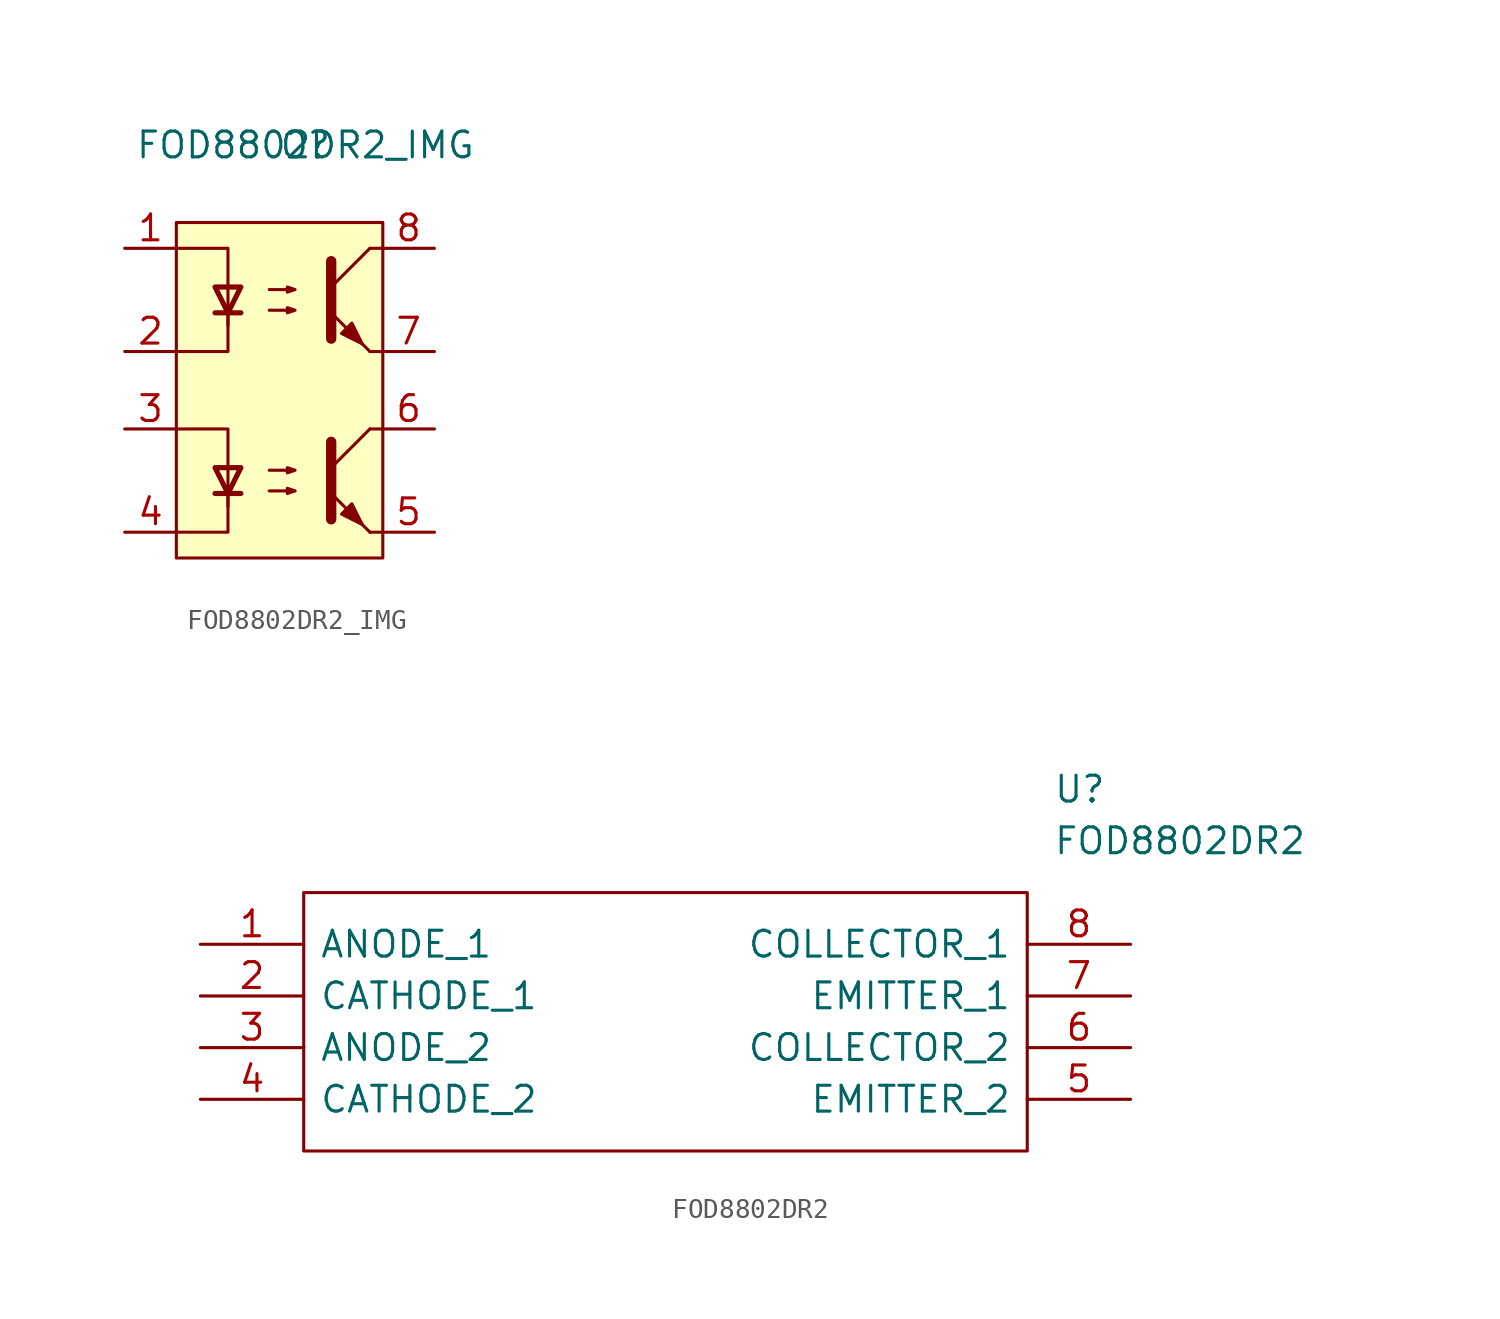
<source format=kicad_sym>
(kicad_symbol_lib
  (version 20211014)
  (generator kicad_symbol_editor)
  (symbol "FOD8802DR2_IMG"
    (property "Reference" "O"
      (at 0 0 0)
      (effects (font (size 1.27 1.27))))
    (property "Value" "FOD8802DR2_IMG"
      (at 0 0 0)
      (effects (font (size 1.27 1.27))))
    (symbol "FOD8802DR2_IMG_0_1"
      (rectangle (start -6.35 -3.81) (end 3.81 -20.32) (stroke (width 0) (type default) (color 0 0 0 0)) (fill (type background)))
      (polyline (pts (xy -4.445 -17.145) (xy -3.175 -17.145)) (stroke (width 0.254) (type default) (color 0 0 0 0)) (fill (type none)))
      (polyline (pts (xy -4.445 -8.255) (xy -3.175 -8.255)) (stroke (width 0.254) (type default) (color 0 0 0 0)) (fill (type none)))
      (polyline (pts (xy 1.27 -15.875) (xy 3.175 -13.97)) (stroke (width 0) (type default) (color 0 0 0 0)) (fill (type none)))
      (polyline (pts (xy 1.27 -6.985) (xy 3.175 -5.08)) (stroke (width 0) (type default) (color 0 0 0 0)) (fill (type none)))
      (polyline (pts (xy 3.175 -19.05) (xy 1.27 -17.145)) (stroke (width 0) (type default) (color 0 0 0 0)) (fill (type outline)))
      (polyline (pts (xy 3.175 -19.05) (xy 3.81 -19.05)) (stroke (width 0) (type default) (color 0 0 0 0)) (fill (type none)))
      (polyline (pts (xy 3.175 -13.97) (xy 3.81 -13.97)) (stroke (width 0) (type default) (color 0 0 0 0)) (fill (type none)))
      (polyline (pts (xy 3.175 -10.16) (xy 1.27 -8.255)) (stroke (width 0) (type default) (color 0 0 0 0)) (fill (type outline)))
      (polyline (pts (xy 3.175 -10.16) (xy 3.81 -10.16)) (stroke (width 0) (type default) (color 0 0 0 0)) (fill (type none)))
      (polyline (pts (xy 3.175 -5.08) (xy 3.81 -5.08)) (stroke (width 0) (type default) (color 0 0 0 0)) (fill (type none)))
      (polyline (pts (xy -3.81 -17.145) (xy -3.81 -19.05) (xy -6.35 -19.05)) (stroke (width 0) (type default) (color 0 0 0 0)) (fill (type none)))
      (polyline (pts (xy -3.81 -8.255) (xy -3.81 -10.16) (xy -6.35 -10.16)) (stroke (width 0) (type default) (color 0 0 0 0)) (fill (type none)))
      (polyline (pts (xy 1.27 -14.605) (xy 1.27 -18.415) (xy 1.27 -18.415)) (stroke (width 0.508) (type default) (color 0 0 0 0)) (fill (type none)))
      (polyline (pts (xy 1.27 -5.715) (xy 1.27 -9.525) (xy 1.27 -9.525)) (stroke (width 0.508) (type default) (color 0 0 0 0)) (fill (type none)))
      (polyline (pts (xy -6.35 -13.97) (xy -3.81 -13.97) (xy -3.81 -17.78) (xy -3.81 -15.875)) (stroke (width 0) (type default) (color 0 0 0 0)) (fill (type none)))
      (polyline (pts (xy -6.35 -5.08) (xy -3.81 -5.08) (xy -3.81 -8.89) (xy -3.81 -6.985)) (stroke (width 0) (type default) (color 0 0 0 0)) (fill (type none)))
      (polyline (pts (xy -3.81 -17.145) (xy -4.445 -15.875) (xy -3.175 -15.875) (xy -3.81 -17.145)) (stroke (width 0.254) (type default) (color 0 0 0 0)) (fill (type none)))
      (polyline (pts (xy -3.81 -8.255) (xy -4.445 -6.985) (xy -3.175 -6.985) (xy -3.81 -8.255)) (stroke (width 0.254) (type default) (color 0 0 0 0)) (fill (type none)))
      (polyline (pts (xy -1.778 -17.018) (xy -0.508 -17.018) (xy -0.889 -17.145) (xy -0.889 -16.891) (xy -0.508 -17.018)) (stroke (width 0) (type default) (color 0 0 0 0)) (fill (type none)))
      (polyline (pts (xy -1.778 -16.002) (xy -0.508 -16.002) (xy -0.889 -16.129) (xy -0.889 -15.875) (xy -0.508 -16.002)) (stroke (width 0) (type default) (color 0 0 0 0)) (fill (type none)))
      (polyline (pts (xy -1.778 -8.128) (xy -0.508 -8.128) (xy -0.889 -8.255) (xy -0.889 -8.001) (xy -0.508 -8.128)) (stroke (width 0) (type default) (color 0 0 0 0)) (fill (type none)))
      (polyline (pts (xy -1.778 -7.112) (xy -0.508 -7.112) (xy -0.889 -7.239) (xy -0.889 -6.985) (xy -0.508 -7.112)) (stroke (width 0) (type default) (color 0 0 0 0)) (fill (type none)))
      (polyline (pts (xy 1.778 -18.161) (xy 2.286 -17.653) (xy 2.794 -18.669) (xy 1.778 -18.161) (xy 1.778 -18.161)) (stroke (width 0) (type default) (color 0 0 0 0)) (fill (type outline)))
      (polyline (pts (xy 1.778 -9.271) (xy 2.286 -8.763) (xy 2.794 -9.779) (xy 1.778 -9.271) (xy 1.778 -9.271)) (stroke (width 0) (type default) (color 0 0 0 0)) (fill (type outline))))
    (symbol "FOD8802DR2_IMG_1_1"
      (pin passive line (at -8.89 -5.08 0) (length 2.54) (name "~" (effects (font (size 1.27 1.27)))) (number "1" (effects (font (size 1.27 1.27)))))
      (pin passive line (at -8.89 -10.16 0) (length 2.54) (name "~" (effects (font (size 1.27 1.27)))) (number "2" (effects (font (size 1.27 1.27)))))
      (pin passive line (at -8.89 -13.97 0) (length 2.54) (name "~" (effects (font (size 1.27 1.27)))) (number "3" (effects (font (size 1.27 1.27)))))
      (pin passive line (at -8.89 -19.05 0) (length 2.54) (name "~" (effects (font (size 1.27 1.27)))) (number "4" (effects (font (size 1.27 1.27)))))
      (pin passive line (at 6.35 -19.05 180) (length 2.54) (name "~" (effects (font (size 1.27 1.27)))) (number "5" (effects (font (size 1.27 1.27)))))
      (pin passive line (at 6.35 -13.97 180) (length 2.54) (name "~" (effects (font (size 1.27 1.27)))) (number "6" (effects (font (size 1.27 1.27)))))
      (pin passive line (at 6.35 -10.16 180) (length 2.54) (name "~" (effects (font (size 1.27 1.27)))) (number "7" (effects (font (size 1.27 1.27)))))
      (pin passive line (at 6.35 -5.08 180) (length 2.54) (name "~" (effects (font (size 1.27 1.27)))) (number "8" (effects (font (size 1.27 1.27)))))))
  (symbol "FOD8802DR2"
    (pin_names
      (offset 0.762))
    (property "Reference" "U"
      (at 41.91 7.62 0)
      (effects (font (size 1.27 1.27)) (justify left)))
    (property "Value" "FOD8802DR2"
      (at 41.91 5.08 0)
      (effects (font (size 1.27 1.27)) (justify left)))
    (symbol "FOD8802DR2_0_0"
      (pin power_in line (at 0 0 0) (length 5.08) (name "ANODE_1" (effects (font (size 1.27 1.27)))) (number "1" (effects (font (size 1.27 1.27)))))
      (pin power_out line (at 0 -2.54 0) (length 5.08) (name "CATHODE_1" (effects (font (size 1.27 1.27)))) (number "2" (effects (font (size 1.27 1.27)))))
      (pin power_in line (at 0 -5.08 0) (length 5.08) (name "ANODE_2" (effects (font (size 1.27 1.27)))) (number "3" (effects (font (size 1.27 1.27)))))
      (pin power_out line (at 0 -7.62 0) (length 5.08) (name "CATHODE_2" (effects (font (size 1.27 1.27)))) (number "4" (effects (font (size 1.27 1.27)))))
      (pin output line (at 45.72 -7.62 180) (length 5.08) (name "EMITTER_2" (effects (font (size 1.27 1.27)))) (number "5" (effects (font (size 1.27 1.27)))))
      (pin power_in line (at 45.72 -5.08 180) (length 5.08) (name "COLLECTOR_2" (effects (font (size 1.27 1.27)))) (number "6" (effects (font (size 1.27 1.27)))))
      (pin output line (at 45.72 -2.54 180) (length 5.08) (name "EMITTER_1" (effects (font (size 1.27 1.27)))) (number "7" (effects (font (size 1.27 1.27)))))
      (pin power_in line (at 45.72 0 180) (length 5.08) (name "COLLECTOR_1" (effects (font (size 1.27 1.27)))) (number "8" (effects (font (size 1.27 1.27))))))
    (symbol "FOD8802DR2_0_1"
      (polyline (pts (xy 5.08 2.54) (xy 40.64 2.54) (xy 40.64 -10.16) (xy 5.08 -10.16) (xy 5.08 2.54)) (stroke (width 0.152) (type default) (color 0 0 0 0)) (fill (type none))))))
</source>
